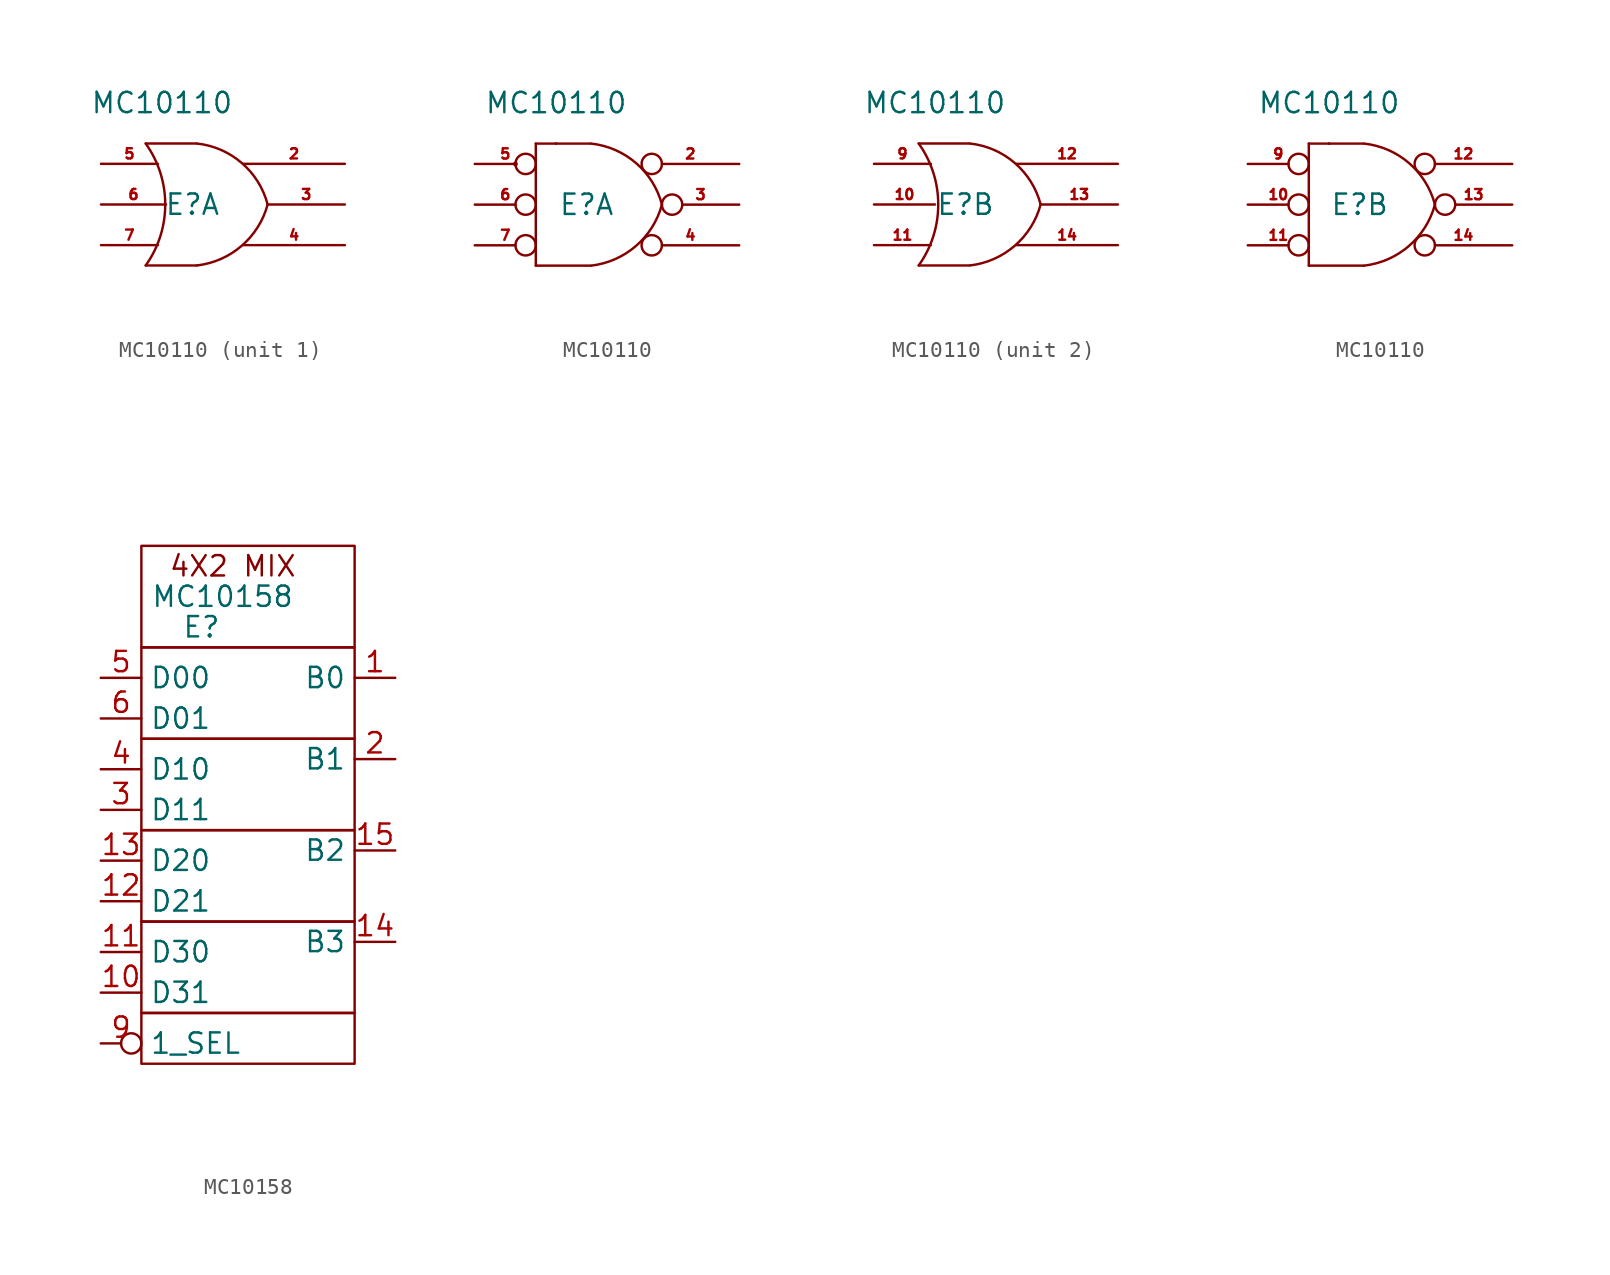
<source format=kicad_sym>
(kicad_symbol_lib
  (version 20211014)
  (generator kicad_symbol_editor)
  (symbol "MC10110"
    (pin_names
      (offset 0) hide)
    (property "Reference" "E"
      (at -4.445 0 0)
      (effects (font (size 1.27 1.27))))
    (property "Value" "MC10110"
      (at -6.35 6.35 0)
      (effects (font (size 1.27 1.27))))
    (symbol "MC10110_0_0"
      (pin power_in line (at -6.35 6.35 270) (length 2.54) hide (name "VCC1" (effects (font (size 0.635 0.635)))) (number "1" (effects (font (size 0.635 0.635)))))
      (pin power_in line (at -3.81 6.35 270) (length 2.54) hide (name "VCC1" (effects (font (size 0.635 0.635)))) (number "15" (effects (font (size 0.635 0.635)))))
      (pin power_in line (at -1.27 6.35 270) (length 3.556) hide (name "VCC2" (effects (font (size 0.635 0.635)))) (number "16" (effects (font (size 0.635 0.635)))))
      (pin passive line (at -5.08 -6.35 90) (length 2.54) hide (name "VEE" (effects (font (size 0.635 0.635)))) (number "8" (effects (font (size 0.635 0.635))))))
    (symbol "MC10110_0_1"
      (arc (start -7.3662 -3.81) (mid -6.1452 0) (end -7.3662 3.81) (stroke (width 0) (type default) (color 0 0 0 0)) (fill (type none)))
      (arc (start -4.1658 -3.81) (mid -1.3707 -2.584) (end 0.2538 0) (stroke (width 0) (type default) (color 0 0 0 0)) (fill (type none)))
      (polyline (pts (xy -7.366 -3.81) (xy -4.191 -3.81)) (stroke (width 0) (type default) (color 0 0 0 0)) (fill (type none)))
      (polyline (pts (xy -7.366 3.81) (xy -4.191 3.81)) (stroke (width 0) (type default) (color 0 0 0 0)) (fill (type none)))
      (arc (start 0.2538 0) (mid -1.3634 2.5925) (end -4.1658 3.81) (stroke (width 0) (type default) (color 0 0 0 0)) (fill (type none))))
    (symbol "MC10110_0_2"
      (arc (start -4.1658 -3.81) (mid -1.3707 -2.584) (end 0.2538 0) (stroke (width 0) (type default) (color 0 0 0 0)) (fill (type none)))
      (polyline (pts (xy -7.62 -3.81) (xy -4.191 -3.81)) (stroke (width 0) (type default) (color 0 0 0 0)) (fill (type none)))
      (polyline (pts (xy -7.62 3.81) (xy -7.62 -3.81)) (stroke (width 0) (type default) (color 0 0 0 0)) (fill (type none)))
      (polyline (pts (xy -7.62 3.81) (xy -4.191 3.81)) (stroke (width 0) (type default) (color 0 0 0 0)) (fill (type none)))
      (polyline (pts (xy -6.35 3.81) (xy -6.35 3.81)) (stroke (width 0) (type default) (color 0 0 0 0)) (fill (type none)))
      (polyline (pts (xy -6.35 3.81) (xy -6.35 3.81)) (stroke (width 0) (type default) (color 0 0 0 0)) (fill (type none)))
      (arc (start 0.2538 0) (mid -1.3634 2.5925) (end -4.1658 3.81) (stroke (width 0) (type default) (color 0 0 0 0)) (fill (type none))))
    (symbol "MC10110_1_1"
      (pin output line (at 5.08 2.54 180) (length 6.35) (name "Aout1" (effects (font (size 0.635 0.635)))) (number "2" (effects (font (size 0.635 0.635)))))
      (pin output line (at 5.08 0 180) (length 4.826) (name "Aout2" (effects (font (size 0.635 0.635)))) (number "3" (effects (font (size 0.635 0.635)))))
      (pin output line (at 5.08 -2.54 180) (length 6.35) (name "Aout3" (effects (font (size 0.635 0.635)))) (number "4" (effects (font (size 0.635 0.635)))))
      (pin input line (at -10.16 2.54 0) (length 3.556) (name "Ain1" (effects (font (size 0.635 0.635)))) (number "5" (effects (font (size 0.635 0.635)))))
      (pin input line (at -10.16 0 0) (length 4.064) (name "Ain2" (effects (font (size 0.635 0.635)))) (number "6" (effects (font (size 0.635 0.635)))))
      (pin input line (at -10.16 -2.54 0) (length 3.556) (name "Ain3" (effects (font (size 0.635 0.635)))) (number "7" (effects (font (size 0.635 0.635))))))
    (symbol "MC10110_1_2"
      (circle (center -8.89 2.54) (radius 0.0001) (stroke (width 0) (type default) (color 0 0 0 0)) (fill (type none)))
      (pin output inverted (at 5.08 2.54 180) (length 6.096) (name "Aout1" (effects (font (size 0.635 0.635)))) (number "2" (effects (font (size 0.635 0.635)))))
      (pin output inverted (at 5.08 0 180) (length 4.826) (name "Aout2" (effects (font (size 0.635 0.635)))) (number "3" (effects (font (size 0.635 0.635)))))
      (pin output inverted (at 5.08 -2.54 180) (length 6.096) (name "Aout3" (effects (font (size 0.635 0.635)))) (number "4" (effects (font (size 0.635 0.635)))))
      (pin input inverted (at -11.43 2.54 0) (length 3.81) (name "Ain1" (effects (font (size 0.635 0.635)))) (number "5" (effects (font (size 0.635 0.635)))))
      (pin input inverted (at -11.43 0 0) (length 3.81) (name "Ain2" (effects (font (size 0.635 0.635)))) (number "6" (effects (font (size 0.635 0.635)))))
      (pin input inverted (at -11.43 -2.54 0) (length 3.81) (name "Ain3" (effects (font (size 0.635 0.635)))) (number "7" (effects (font (size 0.635 0.635))))))
    (symbol "MC10110_2_1"
      (pin input line (at -10.16 0 0) (length 3.81) (name "Bin2" (effects (font (size 0.635 0.635)))) (number "10" (effects (font (size 0.635 0.635)))))
      (pin input line (at -10.16 -2.54 0) (length 3.556) (name "Bin3" (effects (font (size 0.635 0.635)))) (number "11" (effects (font (size 0.635 0.635)))))
      (pin output line (at 5.08 2.54 180) (length 6.35) (name "Bout1" (effects (font (size 0.635 0.635)))) (number "12" (effects (font (size 0.635 0.635)))))
      (pin output line (at 5.08 0 180) (length 4.826) (name "Bout2" (effects (font (size 0.635 0.635)))) (number "13" (effects (font (size 0.635 0.635)))))
      (pin output line (at 5.08 -2.54 180) (length 6.35) (name "Bout3" (effects (font (size 0.635 0.635)))) (number "14" (effects (font (size 0.635 0.635)))))
      (pin input line (at -10.16 2.54 0) (length 3.556) (name "Bin1" (effects (font (size 0.635 0.635)))) (number "9" (effects (font (size 0.635 0.635))))))
    (symbol "MC10110_2_2"
      (pin input inverted (at -11.43 0 0) (length 3.81) (name "Bin2" (effects (font (size 0.635 0.635)))) (number "10" (effects (font (size 0.635 0.635)))))
      (pin input inverted (at -11.43 -2.54 0) (length 3.81) (name "Bin3" (effects (font (size 0.635 0.635)))) (number "11" (effects (font (size 0.635 0.635)))))
      (pin output inverted (at 5.08 2.54 180) (length 6.096) (name "Bout1" (effects (font (size 0.635 0.635)))) (number "12" (effects (font (size 0.635 0.635)))))
      (pin output inverted (at 5.08 0 180) (length 4.826) (name "Bout2" (effects (font (size 0.635 0.635)))) (number "13" (effects (font (size 0.635 0.635)))))
      (pin output inverted (at 5.08 -2.54 180) (length 6.096) (name "Bout3" (effects (font (size 0.635 0.635)))) (number "14" (effects (font (size 0.635 0.635)))))
      (pin input inverted (at -11.43 2.54 0) (length 3.81) (name "Bin1" (effects (font (size 0.635 0.635)))) (number "9" (effects (font (size 0.635 0.635)))))))
  (symbol "MC10158"
    (property "Reference" "E"
      (at -3.81 -0.635 0)
      (effects (font (size 1.27 1.27)) (justify left)))
    (property "Value" "MC10158"
      (at -1.27 1.27 0)
      (effects (font (size 1.27 1.27))))
    (symbol "MC10158_0_0"
      (rectangle (start -6.35 -24.765) (end 6.985 -27.94) (stroke (width 0) (type default) (color 0 0 0 0)) (fill (type none)))
      (rectangle (start -6.35 -19.05) (end 6.985 -24.765) (stroke (width 0) (type default) (color 0 0 0 0)) (fill (type none)))
      (rectangle (start -6.35 -13.335) (end 6.985 -19.05) (stroke (width 0) (type default) (color 0 0 0 0)) (fill (type none)))
      (rectangle (start -6.35 -7.62) (end 6.985 -13.335) (stroke (width 0) (type default) (color 0 0 0 0)) (fill (type none)))
      (rectangle (start -6.35 -1.905) (end 6.985 -7.62) (stroke (width 0) (type default) (color 0 0 0 0)) (fill (type none)))
      (rectangle (start -6.35 4.445) (end 6.985 -1.905) (stroke (width 0) (type default) (color 0 0 0 0)) (fill (type none)))
      (text "4X2 MIX" (at -0.635 3.175 0) (effects (font (size 1.27 1.27))))
      (pin output line (at 9.525 -3.81 180) (length 2.54) (name "B0" (effects (font (size 1.27 1.27)))) (number "1" (effects (font (size 1.27 1.27)))))
      (pin power_in non_logic (at -2.54 6.985 270) (length 2.54) hide (name "VCC1" (effects (font (size 1.27 1.27)))) (number "1" (effects (font (size 1.27 1.27)))))
      (pin input line (at -8.89 -23.495 0) (length 2.54) (name "D31" (effects (font (size 1.27 1.27)))) (number "10" (effects (font (size 1.27 1.27)))))
      (pin input line (at -8.89 -20.955 0) (length 2.54) (name "D30" (effects (font (size 1.27 1.27)))) (number "11" (effects (font (size 1.27 1.27)))))
      (pin input line (at -8.89 -17.78 0) (length 2.54) (name "D21" (effects (font (size 1.27 1.27)))) (number "12" (effects (font (size 1.27 1.27)))))
      (pin input line (at -8.89 -15.24 0) (length 2.54) (name "D20" (effects (font (size 1.27 1.27)))) (number "13" (effects (font (size 1.27 1.27)))))
      (pin output line (at 9.525 -20.32 180) (length 2.54) (name "B3" (effects (font (size 1.27 1.27)))) (number "14" (effects (font (size 1.27 1.27)))))
      (pin output line (at 9.525 -14.605 180) (length 2.54) (name "B2" (effects (font (size 1.27 1.27)))) (number "15" (effects (font (size 1.27 1.27)))))
      (pin power_in non_logic (at 0 6.985 270) (length 2.54) hide (name "VCC2" (effects (font (size 1.27 1.27)))) (number "16" (effects (font (size 1.27 1.27)))))
      (pin output line (at 9.525 -8.89 180) (length 2.54) (name "B1" (effects (font (size 1.27 1.27)))) (number "2" (effects (font (size 1.27 1.27)))))
      (pin input line (at -8.89 -12.065 0) (length 2.54) (name "D11" (effects (font (size 1.27 1.27)))) (number "3" (effects (font (size 1.27 1.27)))))
      (pin input line (at -8.89 -9.525 0) (length 2.54) (name "D10" (effects (font (size 1.27 1.27)))) (number "4" (effects (font (size 1.27 1.27)))))
      (pin input line (at -8.89 -3.81 0) (length 2.54) (name "D00" (effects (font (size 1.27 1.27)))) (number "5" (effects (font (size 1.27 1.27)))))
      (pin input line (at -8.89 -6.35 0) (length 2.54) (name "D01" (effects (font (size 1.27 1.27)))) (number "6" (effects (font (size 1.27 1.27)))))
      (pin power_in non_logic (at -0.635 -30.48 90) (length 2.54) hide (name "VEE" (effects (font (size 1.27 1.27)))) (number "8" (effects (font (size 1.27 1.27)))))
      (pin input inverted (at -8.89 -26.67 0) (length 2.54) (name "1_SEL" (effects (font (size 1.27 1.27)))) (number "9" (effects (font (size 1.27 1.27))))))))
</source>
